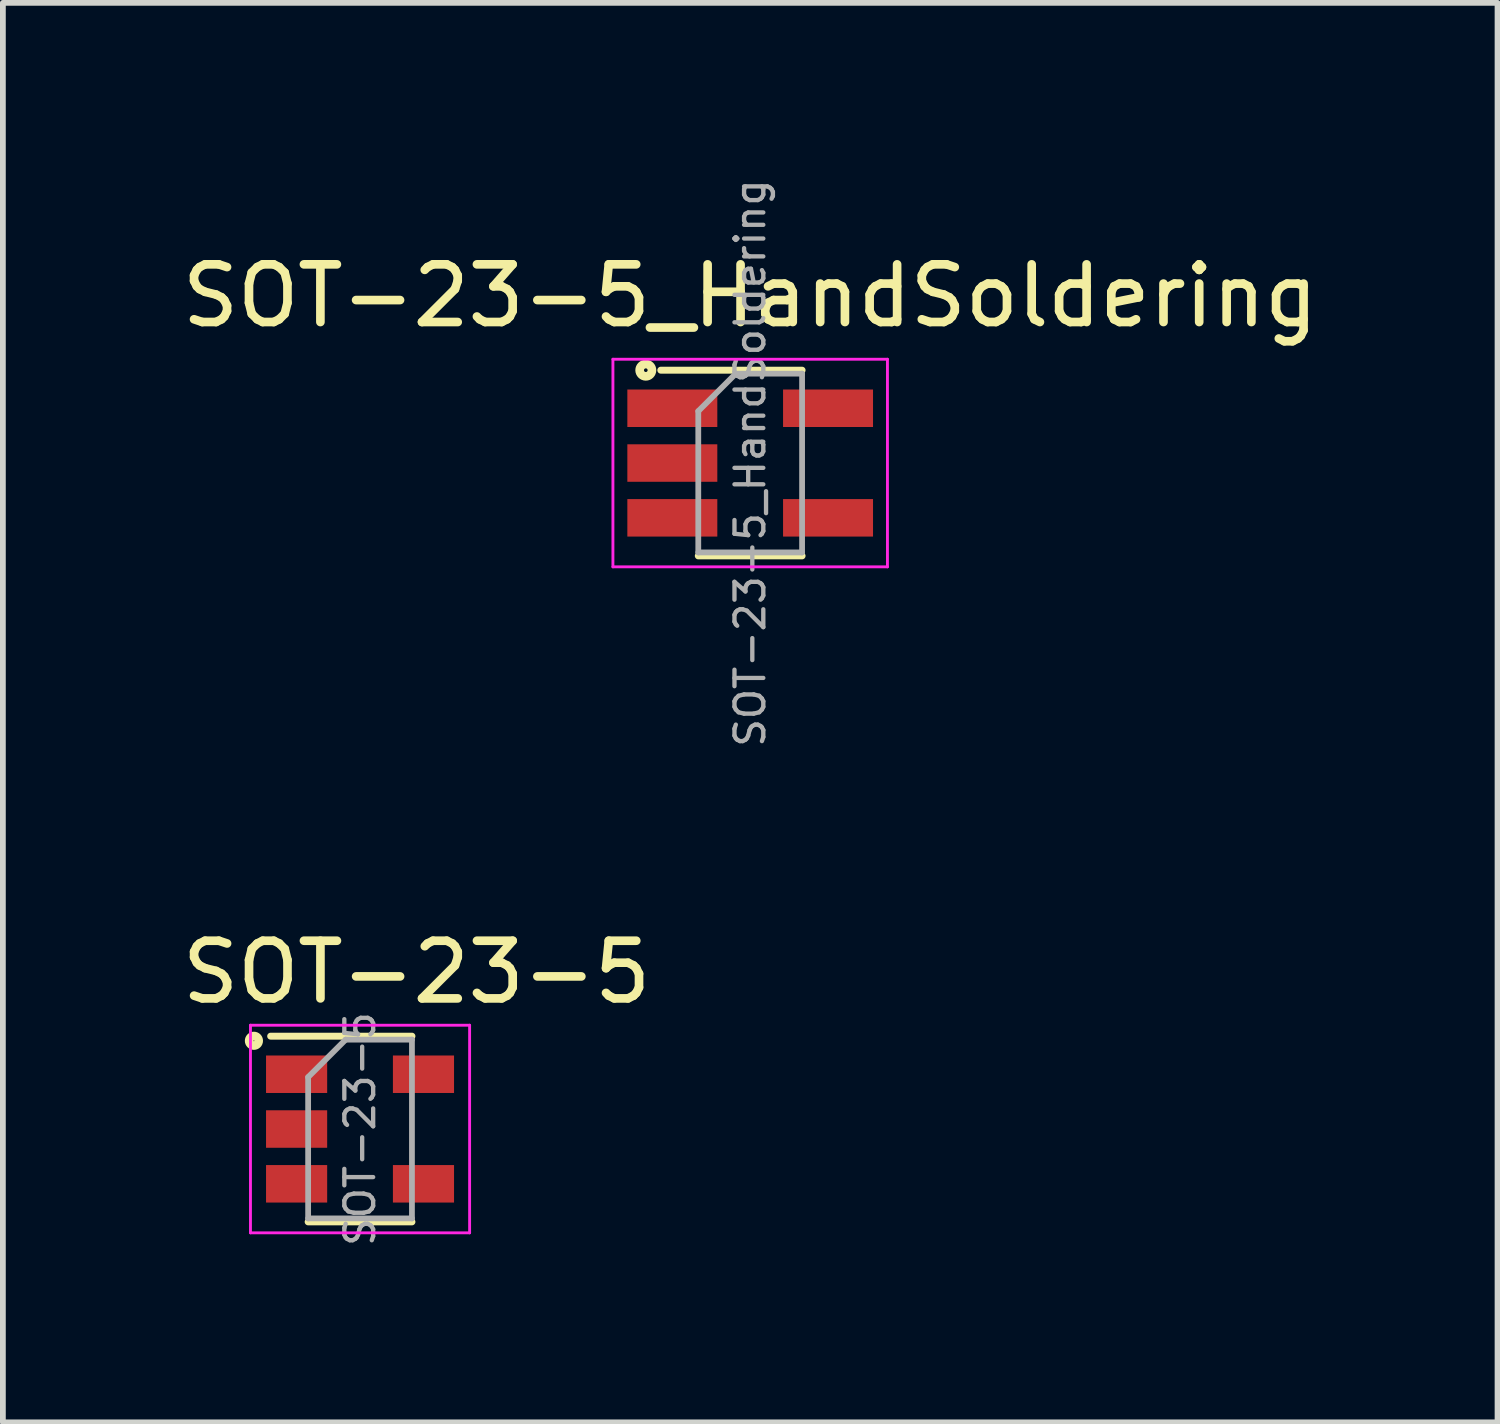
<source format=kicad_pcb>
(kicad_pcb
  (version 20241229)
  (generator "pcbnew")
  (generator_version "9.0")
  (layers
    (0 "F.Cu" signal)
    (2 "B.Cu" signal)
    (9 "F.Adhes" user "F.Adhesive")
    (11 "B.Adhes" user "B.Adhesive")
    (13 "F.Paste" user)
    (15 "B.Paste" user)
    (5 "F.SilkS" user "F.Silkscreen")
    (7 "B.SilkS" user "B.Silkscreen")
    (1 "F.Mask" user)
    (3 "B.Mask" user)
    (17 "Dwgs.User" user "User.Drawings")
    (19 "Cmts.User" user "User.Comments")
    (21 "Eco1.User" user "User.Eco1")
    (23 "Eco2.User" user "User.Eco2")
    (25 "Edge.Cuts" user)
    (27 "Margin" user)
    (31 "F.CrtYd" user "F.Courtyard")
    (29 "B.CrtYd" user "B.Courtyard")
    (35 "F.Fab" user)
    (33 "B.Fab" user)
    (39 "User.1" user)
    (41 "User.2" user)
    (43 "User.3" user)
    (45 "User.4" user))
  (footprint "SOT-23-5"
    (layer "F.Cu")
    (at 3.193 16.527)
    (property "Reference" "SOT-23-5" (at 0.98 -2.72 0) (layer "F.SilkS") (effects (font (size 1 1) (thickness 0.15))))
    (attr smd)
    (fp_line (start -0.9 1.61) (end 0.9 1.61) (stroke (width 0.12) (type solid)) (layer "F.SilkS"))
    (fp_line (start 0.9 -1.61) (end -1.55 -1.61) (stroke (width 0.12) (type solid)) (layer "F.SilkS"))
    (fp_circle (center -1.84 -1.53) (end -1.76 -1.55) (stroke (width 0.15) (type solid)) (fill no) (layer "F.SilkS"))
    (fp_line (start -1.9 -1.8) (end 1.9 -1.8) (stroke (width 0.05) (type solid)) (layer "F.CrtYd"))
    (fp_line (start -1.9 1.8) (end -1.9 -1.8) (stroke (width 0.05) (type solid)) (layer "F.CrtYd"))
    (fp_line (start 1.9 -1.8) (end 1.9 1.8) (stroke (width 0.05) (type solid)) (layer "F.CrtYd"))
    (fp_line (start 1.9 1.8) (end -1.9 1.8) (stroke (width 0.05) (type solid)) (layer "F.CrtYd"))
    (fp_line (start -0.9 -0.9) (end -0.9 1.55) (stroke (width 0.1) (type solid)) (layer "F.Fab"))
    (fp_line (start -0.9 -0.9) (end -0.25 -1.55) (stroke (width 0.1) (type solid)) (layer "F.Fab"))
    (fp_line (start 0.9 -1.55) (end -0.25 -1.55) (stroke (width 0.1) (type solid)) (layer "F.Fab"))
    (fp_line (start 0.9 -1.55) (end 0.9 1.55) (stroke (width 0.1) (type solid)) (layer "F.Fab"))
    (fp_line (start 0.9 1.55) (end -0.9 1.55) (stroke (width 0.1) (type solid)) (layer "F.Fab"))
    (fp_text user "${REFERENCE}" (at 0 0 90) (layer "F.Fab") (effects (font (size 0.5 0.5) (thickness 0.075))))
    (pad "1" smd rect (at -1.1 -0.95) (size 1.06 0.65) (layers "F.Cu" "F.Mask" "F.Paste"))
    (pad "2" smd rect (at -1.1 0) (size 1.06 0.65) (layers "F.Cu" "F.Mask" "F.Paste"))
    (pad "3" smd rect (at -1.1 0.95) (size 1.06 0.65) (layers "F.Cu" "F.Mask" "F.Paste"))
    (pad "4" smd rect (at 1.1 0.95) (size 1.06 0.65) (layers "F.Cu" "F.Mask" "F.Paste"))
    (pad "5" smd rect (at 1.1 -0.95) (size 1.06 0.65) (layers "F.Cu" "F.Mask" "F.Paste")))
  (footprint "SOT-23-5_HandSoldering"
    (layer "F.Cu")
    (at 9.958 4.979)
    (property "Reference" "SOT-23-5_HandSoldering" (at 0 -2.9 0) (layer "F.SilkS") (effects (font (size 1 1) (thickness 0.15))))
    (attr smd)
    (fp_line (start -0.9 1.61) (end 0.9 1.61) (stroke (width 0.12) (type solid)) (layer "F.SilkS"))
    (fp_line (start 0.9 -1.61) (end -1.55 -1.61) (stroke (width 0.12) (type solid)) (layer "F.SilkS"))
    (fp_circle (center -1.81 -1.61) (end -1.78 -1.6) (stroke (width 0.15) (type solid)) (fill no) (layer "F.SilkS"))
    (fp_line (start -2.38 -1.8) (end -2.38 1.8) (stroke (width 0.05) (type solid)) (layer "F.CrtYd"))
    (fp_line (start -2.38 -1.8) (end 2.38 -1.8) (stroke (width 0.05) (type solid)) (layer "F.CrtYd"))
    (fp_line (start 2.38 1.8) (end -2.38 1.8) (stroke (width 0.05) (type solid)) (layer "F.CrtYd"))
    (fp_line (start 2.38 1.8) (end 2.38 -1.8) (stroke (width 0.05) (type solid)) (layer "F.CrtYd"))
    (fp_line (start -0.9 -0.9) (end -0.9 1.55) (stroke (width 0.1) (type solid)) (layer "F.Fab"))
    (fp_line (start -0.9 -0.9) (end -0.25 -1.55) (stroke (width 0.1) (type solid)) (layer "F.Fab"))
    (fp_line (start 0.9 -1.55) (end -0.25 -1.55) (stroke (width 0.1) (type solid)) (layer "F.Fab"))
    (fp_line (start 0.9 -1.55) (end 0.9 1.55) (stroke (width 0.1) (type solid)) (layer "F.Fab"))
    (fp_line (start 0.9 1.55) (end -0.9 1.55) (stroke (width 0.1) (type solid)) (layer "F.Fab"))
    (fp_text user "${REFERENCE}" (at 0 0 90) (layer "F.Fab") (effects (font (size 0.5 0.5) (thickness 0.075))))
    (pad "1" smd rect (at -1.35 -0.95) (size 1.56 0.65) (layers "F.Cu" "F.Mask" "F.Paste"))
    (pad "2" smd rect (at -1.35 0) (size 1.56 0.65) (layers "F.Cu" "F.Mask" "F.Paste"))
    (pad "3" smd rect (at -1.35 0.95) (size 1.56 0.65) (layers "F.Cu" "F.Mask" "F.Paste"))
    (pad "4" smd rect (at 1.35 0.95) (size 1.56 0.65) (layers "F.Cu" "F.Mask" "F.Paste"))
    (pad "5" smd rect (at 1.35 -0.95) (size 1.56 0.65) (layers "F.Cu" "F.Mask" "F.Paste")))
  (gr_rect
    (start -3 -3)
    (end 22.917 21.613)
    (stroke (width 0.1) (type default))
    (fill no)
    (layer "Edge.Cuts")))
</source>
